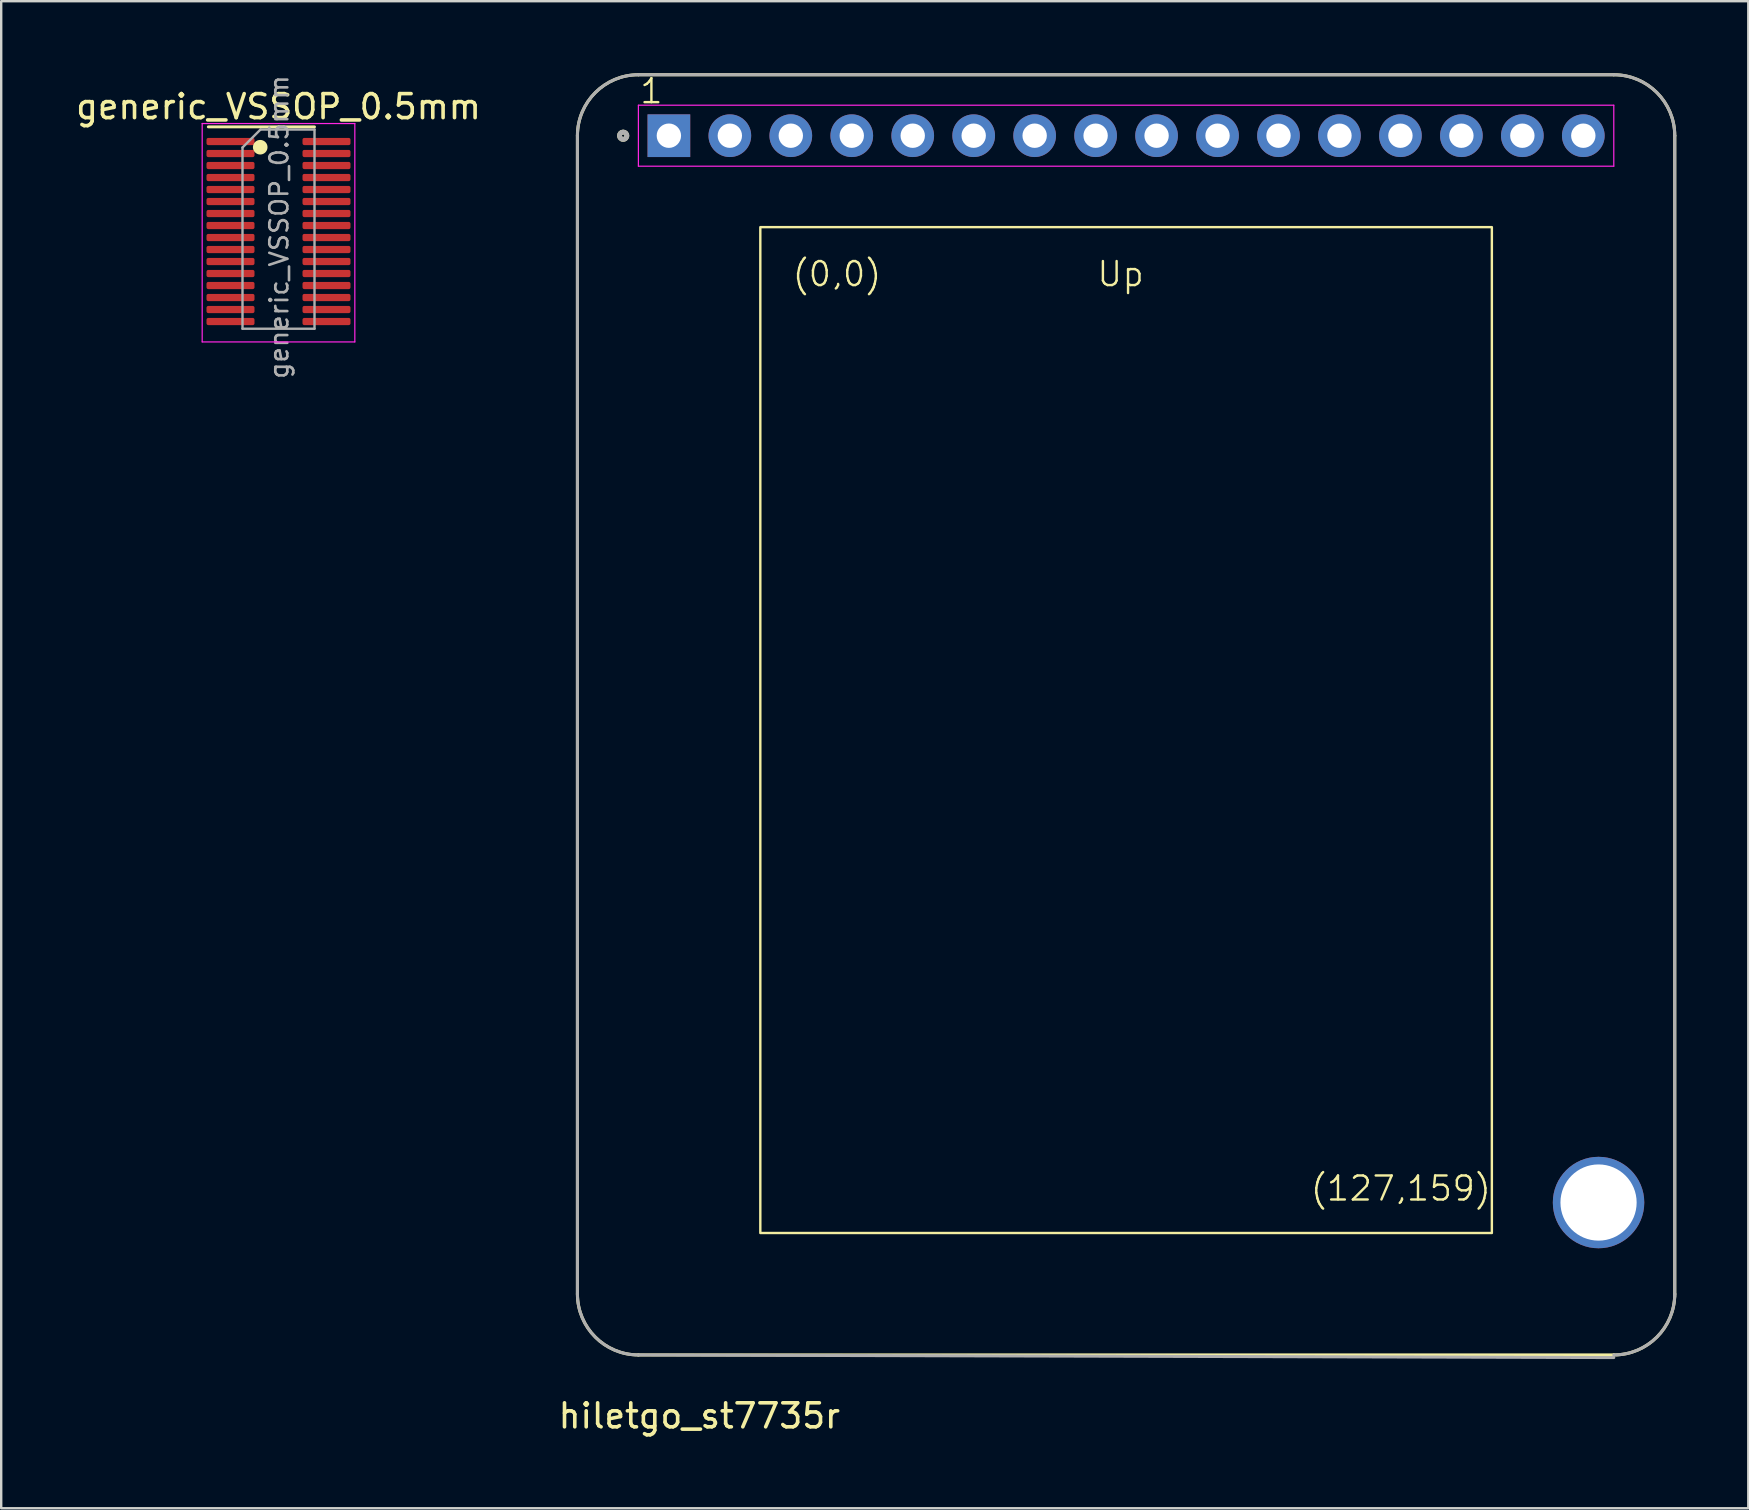
<source format=kicad_pcb>
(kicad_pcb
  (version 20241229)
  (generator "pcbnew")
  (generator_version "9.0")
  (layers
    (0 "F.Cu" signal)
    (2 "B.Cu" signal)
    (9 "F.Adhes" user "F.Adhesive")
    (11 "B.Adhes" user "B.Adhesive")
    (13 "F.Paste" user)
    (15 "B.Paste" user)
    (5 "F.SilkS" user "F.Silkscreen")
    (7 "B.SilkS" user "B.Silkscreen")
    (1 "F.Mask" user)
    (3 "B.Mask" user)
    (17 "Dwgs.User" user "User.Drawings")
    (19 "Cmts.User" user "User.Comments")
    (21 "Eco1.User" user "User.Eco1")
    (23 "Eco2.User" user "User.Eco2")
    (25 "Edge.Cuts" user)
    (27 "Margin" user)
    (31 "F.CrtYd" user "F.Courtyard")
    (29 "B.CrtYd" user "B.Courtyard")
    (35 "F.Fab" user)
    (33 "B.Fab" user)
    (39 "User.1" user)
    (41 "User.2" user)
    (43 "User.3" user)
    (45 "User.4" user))
  (footprint "generic_VSSOP_0.5mm"
    (layer "F.Cu")
    (at 8.554 3.846)
    (property "Reference" "generic_VSSOP_0.5mm" (at 0 -2.45 0) (layer "F.SilkS") (effects (font (size 1 1) (thickness 0.15))))
    (attr smd)
    (fp_line (start 0 -1.61) (end -2.925 -1.61) (stroke (width 0.12) (type solid)) (layer "F.SilkS"))
    (fp_line (start 0 -1.61) (end 1.5 -1.61) (stroke (width 0.12) (type solid)) (layer "F.SilkS"))
    (fp_circle (center -0.762 -0.762) (end -0.508 -0.762) (stroke (width 0.1) (type solid)) (fill yes) (layer "F.SilkS"))
    (fp_line (start -3.18 -1.75) (end -3.18 7.35) (stroke (width 0.05) (type solid)) (layer "F.CrtYd"))
    (fp_line (start -3.18 7.35) (end 3.18 7.35) (stroke (width 0.05) (type solid)) (layer "F.CrtYd"))
    (fp_line (start 3.18 -1.75) (end -3.18 -1.75) (stroke (width 0.05) (type solid)) (layer "F.CrtYd"))
    (fp_line (start 3.18 7.35) (end 3.18 -1.75) (stroke (width 0.05) (type solid)) (layer "F.CrtYd"))
    (fp_line (start -1.5 -0.75) (end -0.75 -1.5) (stroke (width 0.1) (type solid)) (layer "F.Fab"))
    (fp_line (start -1.5 6.8) (end -1.5 -0.75) (stroke (width 0.1) (type solid)) (layer "F.Fab"))
    (fp_line (start -0.75 -1.5) (end 1.5 -1.5) (stroke (width 0.1) (type solid)) (layer "F.Fab"))
    (fp_line (start 1.5 -1.5) (end 1.5 6.8) (stroke (width 0.1) (type solid)) (layer "F.Fab"))
    (fp_line (start 1.5 6.8) (end -1.5 6.8) (stroke (width 0.1) (type solid)) (layer "F.Fab"))
    (fp_text user "${REFERENCE}" (at 0.025 2.565 90) (layer "F.Fab") (effects (font (size 0.75 0.75) (thickness 0.11))))
    (pad "1" smd roundrect (at -2 -1) (size 2 0.3) (layers "F.Cu" "F.Mask" "F.Paste") (roundrect_rratio 0.25))
    (pad "2" smd roundrect (at -2 -0.5) (size 2 0.3) (layers "F.Cu" "F.Mask" "F.Paste") (roundrect_rratio 0.25))
    (pad "3" smd roundrect (at -2 0) (size 2 0.3) (layers "F.Cu" "F.Mask" "F.Paste") (roundrect_rratio 0.25))
    (pad "4" smd roundrect (at -2 0.5) (size 2 0.3) (layers "F.Cu" "F.Mask" "F.Paste") (roundrect_rratio 0.25))
    (pad "5" smd roundrect (at -2 1) (size 2 0.3) (layers "F.Cu" "F.Mask" "F.Paste") (roundrect_rratio 0.25))
    (pad "6" smd roundrect (at -2 1.5) (size 2 0.3) (layers "F.Cu" "F.Mask" "F.Paste") (roundrect_rratio 0.25))
    (pad "7" smd roundrect (at -2 2) (size 2 0.3) (layers "F.Cu" "F.Mask" "F.Paste") (roundrect_rratio 0.25))
    (pad "8" smd roundrect (at -2 2.5) (size 2 0.3) (layers "F.Cu" "F.Mask" "F.Paste") (roundrect_rratio 0.25))
    (pad "9" smd roundrect (at -2 3) (size 2 0.3) (layers "F.Cu" "F.Mask" "F.Paste") (roundrect_rratio 0.25))
    (pad "10" smd roundrect (at -2 3.5) (size 2 0.3) (layers "F.Cu" "F.Mask" "F.Paste") (roundrect_rratio 0.25))
    (pad "11" smd roundrect (at -2 4) (size 2 0.3) (layers "F.Cu" "F.Mask" "F.Paste") (roundrect_rratio 0.25))
    (pad "12" smd roundrect (at -2 4.5) (size 2 0.3) (layers "F.Cu" "F.Mask" "F.Paste") (roundrect_rratio 0.25))
    (pad "13" smd roundrect (at -2 5) (size 2 0.3) (layers "F.Cu" "F.Mask" "F.Paste") (roundrect_rratio 0.25))
    (pad "14" smd roundrect (at -2 5.5) (size 2 0.3) (layers "F.Cu" "F.Mask" "F.Paste") (roundrect_rratio 0.25))
    (pad "15" smd roundrect (at -2 6) (size 2 0.3) (layers "F.Cu" "F.Mask" "F.Paste") (roundrect_rratio 0.25))
    (pad "16" smd roundrect (at -2 6.5) (size 2 0.3) (layers "F.Cu" "F.Mask" "F.Paste") (roundrect_rratio 0.25))
    (pad "17" smd roundrect (at 2 -1) (size 2 0.3) (layers "F.Cu" "F.Mask" "F.Paste") (roundrect_rratio 0.25))
    (pad "18" smd roundrect (at 2 -0.5) (size 2 0.3) (layers "F.Cu" "F.Mask" "F.Paste") (roundrect_rratio 0.25))
    (pad "19" smd roundrect (at 2 0) (size 2 0.3) (layers "F.Cu" "F.Mask" "F.Paste") (roundrect_rratio 0.25))
    (pad "20" smd roundrect (at 2 0.5) (size 2 0.3) (layers "F.Cu" "F.Mask" "F.Paste") (roundrect_rratio 0.25))
    (pad "21" smd roundrect (at 2 1) (size 2 0.3) (layers "F.Cu" "F.Mask" "F.Paste") (roundrect_rratio 0.25))
    (pad "22" smd roundrect (at 2 1.5) (size 2 0.3) (layers "F.Cu" "F.Mask" "F.Paste") (roundrect_rratio 0.25))
    (pad "23" smd roundrect (at 2 2) (size 2 0.3) (layers "F.Cu" "F.Mask" "F.Paste") (roundrect_rratio 0.25))
    (pad "24" smd roundrect (at 2 2.5) (size 2 0.3) (layers "F.Cu" "F.Mask" "F.Paste") (roundrect_rratio 0.25))
    (pad "25" smd roundrect (at 2 3) (size 2 0.3) (layers "F.Cu" "F.Mask" "F.Paste") (roundrect_rratio 0.25))
    (pad "26" smd roundrect (at 2 3.5) (size 2 0.3) (layers "F.Cu" "F.Mask" "F.Paste") (roundrect_rratio 0.25))
    (pad "27" smd roundrect (at 2 4) (size 2 0.3) (layers "F.Cu" "F.Mask" "F.Paste") (roundrect_rratio 0.25))
    (pad "28" smd roundrect (at 2 4.5) (size 2 0.3) (layers "F.Cu" "F.Mask" "F.Paste") (roundrect_rratio 0.25))
    (pad "29" smd roundrect (at 2 5) (size 2 0.3) (layers "F.Cu" "F.Mask" "F.Paste") (roundrect_rratio 0.25))
    (pad "30" smd roundrect (at 2 5.5) (size 2 0.3) (layers "F.Cu" "F.Mask" "F.Paste") (roundrect_rratio 0.25))
    (pad "31" smd roundrect (at 2 6) (size 2 0.3) (layers "F.Cu" "F.Mask" "F.Paste") (roundrect_rratio 0.25))
    (pad "32" smd roundrect (at 2 6.5) (size 2 0.3) (layers "F.Cu" "F.Mask" "F.Paste") (roundrect_rratio 0.25)))
  (footprint "hiletgo_st7735r"
    (layer "F.Cu")
    (at 43.869 26.734)
    (property "Reference" "hiletgo_st7735r" (at -17.78 29.21 0) (layer "F.SilkS") (effects (font (size 1 1) (thickness 0.15))))
    (attr through_hole)
    (fp_line (start -22.86 -24.13) (end -22.86 24.13) (stroke (width 0.127) (type solid)) (layer "F.SilkS"))
    (fp_line (start -20.32 26.67) (end 20.32 26.67) (stroke (width 0.127) (type solid)) (layer "F.SilkS"))
    (fp_line (start 20.32 -26.67) (end -20.32 -26.67) (stroke (width 0.127) (type solid)) (layer "F.SilkS"))
    (fp_line (start 22.86 24.13) (end 22.86 -24.13) (stroke (width 0.127) (type solid)) (layer "F.SilkS"))
    (fp_rect (start -15.24 -20.32) (end 15.24 21.59) (stroke (width 0.1) (type default)) (fill no) (layer "F.SilkS"))
    (fp_arc (start -22.860001 -24.130001) (mid -22.116052 -25.926052) (end -20.320001 -26.670001) (stroke (width 0.127) (type solid)) (layer "F.SilkS"))
    (fp_arc (start -20.320001 26.670001) (mid -22.116052 25.926052) (end -22.860001 24.130001) (stroke (width 0.127) (type solid)) (layer "F.SilkS"))
    (fp_arc (start 20.32 -26.67) (mid 22.116051 -25.926051) (end 22.86 -24.13) (stroke (width 0.127) (type solid)) (layer "F.SilkS"))
    (fp_arc (start 22.86 24.13) (mid 22.116051 25.926051) (end 20.32 26.67) (stroke (width 0.127) (type solid)) (layer "F.SilkS"))
    (fp_circle (center -20.955 -24.13) (end -20.803 -24.13) (stroke (width 0.203) (type solid)) (fill no) (layer "F.SilkS"))
    (fp_line (start -20.32 -25.4) (end -20.32 -22.86) (stroke (width 0.05) (type solid)) (layer "F.CrtYd"))
    (fp_line (start -20.32 -22.86) (end 20.32 -22.86) (stroke (width 0.05) (type solid)) (layer "F.CrtYd"))
    (fp_line (start 20.32 -25.4) (end -20.32 -25.4) (stroke (width 0.05) (type solid)) (layer "F.CrtYd"))
    (fp_line (start 20.32 -22.86) (end 20.32 -25.4) (stroke (width 0.05) (type solid)) (layer "F.CrtYd"))
    (fp_line (start -22.86 -24.13) (end -22.86 24.13) (stroke (width 0.127) (type solid)) (layer "F.Fab"))
    (fp_line (start -20.32 26.67) (end 20.32 26.779) (stroke (width 0.127) (type solid)) (layer "F.Fab"))
    (fp_line (start 20.32 -26.67) (end -20.32 -26.67) (stroke (width 0.127) (type solid)) (layer "F.Fab"))
    (fp_line (start 22.86 24.239) (end 22.86 -24.13) (stroke (width 0.127) (type solid)) (layer "F.Fab"))
    (fp_arc (start -22.860001 -24.130001) (mid -22.116052 -25.926052) (end -20.320001 -26.670001) (stroke (width 0.127) (type solid)) (layer "F.Fab"))
    (fp_arc (start -20.320001 26.670001) (mid -22.116052 25.926052) (end -22.860001 24.130001) (stroke (width 0.127) (type solid)) (layer "F.Fab"))
    (fp_arc (start 20.32 -26.67) (mid 22.116051 -25.926051) (end 22.86 -24.13) (stroke (width 0.127) (type solid)) (layer "F.Fab"))
    (fp_arc (start 22.86 24.13) (mid 22.116051 25.926051) (end 20.32 26.67) (stroke (width 0.127) (type solid)) (layer "F.Fab"))
    (fp_circle (center -20.955 -24.13) (end -20.803 -24.13) (stroke (width 0.203) (type solid)) (fill no) (layer "F.Fab"))
    (fp_text user "(127,159)" (at 7.62 20.32 0) (unlocked yes) (layer "F.SilkS") (effects (font (size 1 1) (thickness 0.1)) (justify left bottom)))
    (fp_text user "(0,0)" (at -13.97 -17.78 0) (unlocked yes) (layer "F.SilkS") (effects (font (size 1 1) (thickness 0.1)) (justify left bottom)))
    (fp_text user "Up" (at -1.27 -17.78 0) (unlocked yes) (layer "F.SilkS") (effects (font (size 1 1) (thickness 0.1)) (justify left bottom)))
    (fp_text user "1" (at -20.32 -25.4 0) (unlocked yes) (layer "F.SilkS") (effects (font (size 1 1) (thickness 0.1)) (justify left bottom)))
    (pad "" np_thru_hole circle (at 19.685 20.32 90) (size 3.81 3.81) (drill 3.175) (layers "*.Cu" "*.Mask"))
    (pad "1" thru_hole rect (at -19.05 -24.13 90) (size 1.778 1.778) (drill 1.016) (layers "*.Cu" "*.Mask"))
    (pad "2" thru_hole circle (at -16.51 -24.13 90) (size 1.778 1.778) (drill 1.016) (layers "*.Cu" "*.Mask"))
    (pad "3" thru_hole circle (at -13.97 -24.13 90) (size 1.778 1.778) (drill 1.016) (layers "*.Cu" "*.Mask"))
    (pad "4" thru_hole circle (at -11.43 -24.13 90) (size 1.778 1.778) (drill 1.016) (layers "*.Cu" "*.Mask"))
    (pad "5" thru_hole circle (at -8.89 -24.13 90) (size 1.778 1.778) (drill 1.016) (layers "*.Cu" "*.Mask"))
    (pad "6" thru_hole circle (at -6.35 -24.13 90) (size 1.778 1.778) (drill 1.016) (layers "*.Cu" "*.Mask"))
    (pad "7" thru_hole circle (at -3.81 -24.13 90) (size 1.778 1.778) (drill 1.016) (layers "*.Cu" "*.Mask"))
    (pad "8" thru_hole circle (at -1.27 -24.13 90) (size 1.778 1.778) (drill 1.016) (layers "*.Cu" "*.Mask"))
    (pad "9" thru_hole circle (at 1.27 -24.13 90) (size 1.778 1.778) (drill 1.016) (layers "*.Cu" "*.Mask"))
    (pad "10" thru_hole circle (at 3.81 -24.13 90) (size 1.778 1.778) (drill 1.016) (layers "*.Cu" "*.Mask"))
    (pad "11" thru_hole circle (at 6.35 -24.13 90) (size 1.778 1.778) (drill 1.016) (layers "*.Cu" "*.Mask"))
    (pad "12" thru_hole circle (at 8.89 -24.13 90) (size 1.778 1.778) (drill 1.016) (layers "*.Cu" "*.Mask"))
    (pad "13" thru_hole circle (at 11.43 -24.13 90) (size 1.778 1.778) (drill 1.016) (layers "*.Cu" "*.Mask"))
    (pad "14" thru_hole circle (at 13.97 -24.13 90) (size 1.778 1.778) (drill 1.016) (layers "*.Cu" "*.Mask"))
    (pad "15" thru_hole circle (at 16.51 -24.13 90) (size 1.778 1.778) (drill 1.016) (layers "*.Cu" "*.Mask"))
    (pad "16" thru_hole circle (at 19.05 -24.13 90) (size 1.778 1.778) (drill 1.016) (layers "*.Cu" "*.Mask")))
  (gr_rect
    (start -3 -3)
    (end 69.793 59.792)
    (stroke (width 0.1) (type default))
    (fill no)
    (layer "Edge.Cuts")))
</source>
